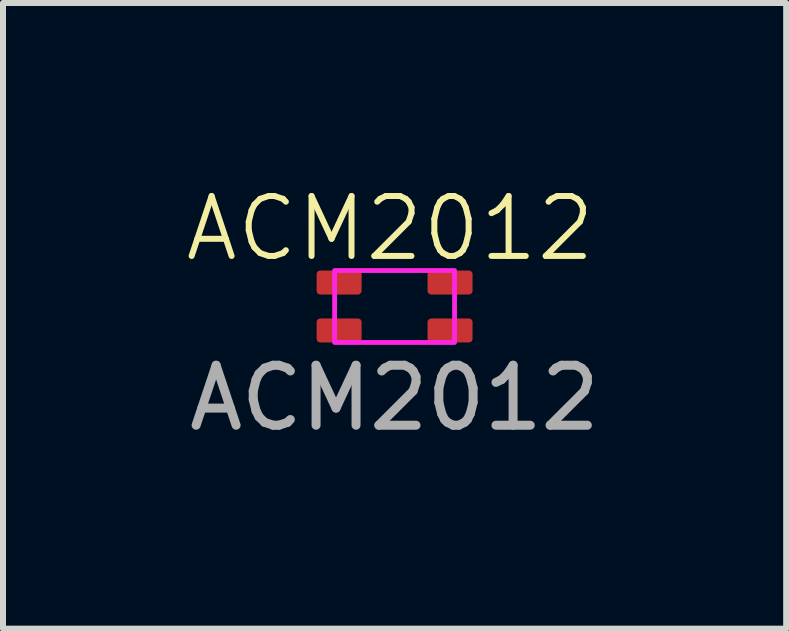
<source format=kicad_pcb>
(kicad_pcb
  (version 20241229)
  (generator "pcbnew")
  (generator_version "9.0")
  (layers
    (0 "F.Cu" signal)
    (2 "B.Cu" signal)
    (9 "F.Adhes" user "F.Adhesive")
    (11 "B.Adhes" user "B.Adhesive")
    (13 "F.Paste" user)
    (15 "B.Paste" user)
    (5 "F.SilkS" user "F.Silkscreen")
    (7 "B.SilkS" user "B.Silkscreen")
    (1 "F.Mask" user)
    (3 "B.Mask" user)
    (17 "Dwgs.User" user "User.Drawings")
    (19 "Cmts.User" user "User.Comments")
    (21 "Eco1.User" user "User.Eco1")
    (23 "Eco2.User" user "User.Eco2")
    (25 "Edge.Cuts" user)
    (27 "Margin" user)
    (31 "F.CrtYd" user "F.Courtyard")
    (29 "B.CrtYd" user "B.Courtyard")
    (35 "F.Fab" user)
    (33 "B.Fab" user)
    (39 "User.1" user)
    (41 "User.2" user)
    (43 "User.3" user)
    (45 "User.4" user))
  (footprint "ACM2012"
    (layer "F.Cu")
    (at 3.53 2.061)
    (property "Reference" "ACM2012" (at -0.075 -1.3 0) (unlocked yes) (layer "F.SilkS") (effects (font (size 1 1) (thickness 0.1))))
    (attr smd)
    (fp_rect (start -1 -0.6) (end 1 0.6) (stroke (width 0.08) (type solid)) (fill no) (layer "F.CrtYd"))
    (fp_text user "${REFERENCE}" (at 0 1.525 0) (unlocked yes) (layer "F.Fab") (effects (font (size 1 1) (thickness 0.15))))
    (pad "1" smd roundrect (at -0.925 -0.4) (size 0.75 0.4) (layers "F.Cu" "F.Mask" "F.Paste") (roundrect_rratio 0.15))
    (pad "2" smd roundrect (at -0.925 0.4) (size 0.75 0.4) (layers "F.Cu" "F.Mask" "F.Paste") (roundrect_rratio 0.15))
    (pad "3" smd roundrect (at 0.925 0.4) (size 0.75 0.4) (layers "F.Cu" "F.Mask" "F.Paste") (roundrect_rratio 0.15))
    (pad "4" smd roundrect (at 0.925 -0.4) (size 0.75 0.4) (layers "F.Cu" "F.Mask" "F.Paste") (roundrect_rratio 0.15)))
  (gr_rect
    (start -3 -3)
    (end 10.06 7.434)
    (stroke (width 0.1) (type default))
    (fill no)
    (layer "Edge.Cuts")))
</source>
